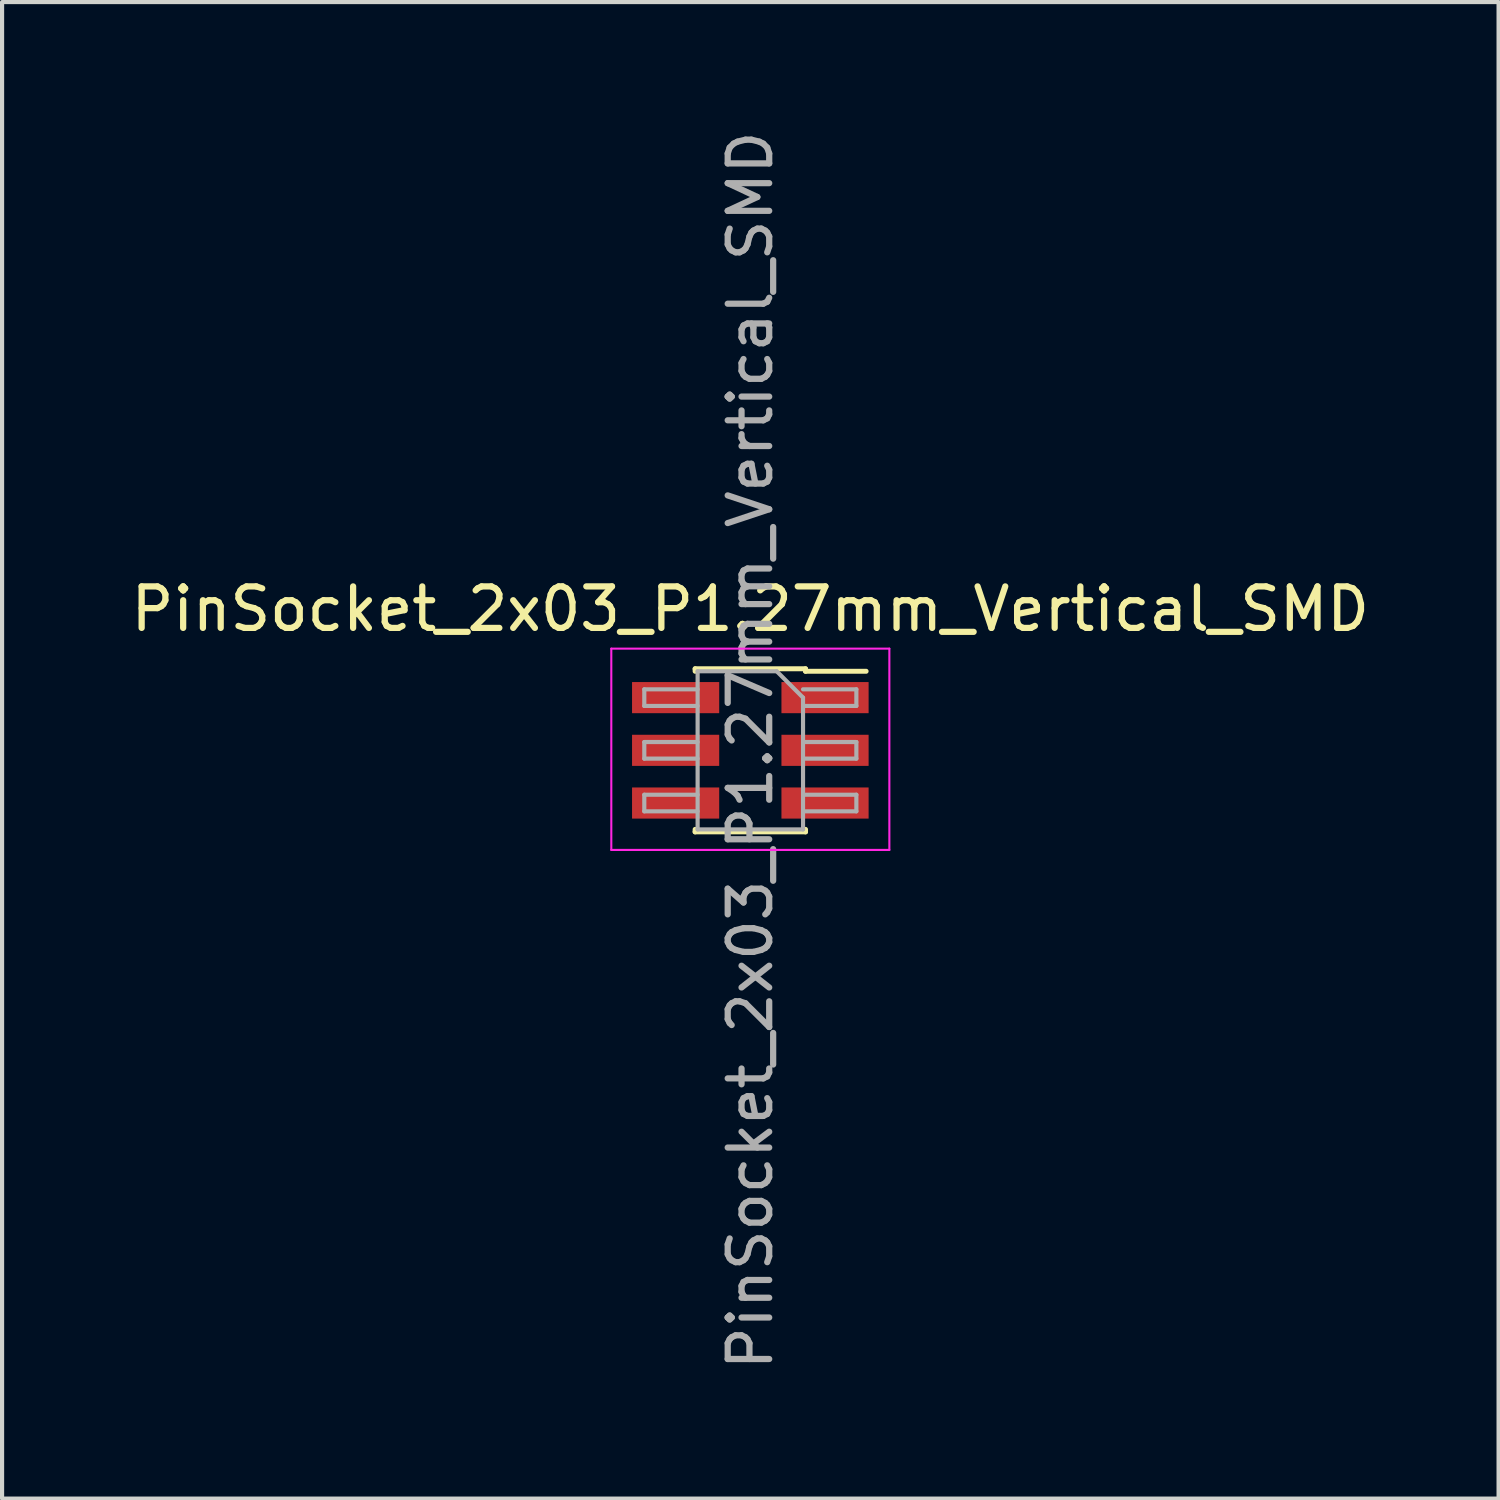
<source format=kicad_pcb>
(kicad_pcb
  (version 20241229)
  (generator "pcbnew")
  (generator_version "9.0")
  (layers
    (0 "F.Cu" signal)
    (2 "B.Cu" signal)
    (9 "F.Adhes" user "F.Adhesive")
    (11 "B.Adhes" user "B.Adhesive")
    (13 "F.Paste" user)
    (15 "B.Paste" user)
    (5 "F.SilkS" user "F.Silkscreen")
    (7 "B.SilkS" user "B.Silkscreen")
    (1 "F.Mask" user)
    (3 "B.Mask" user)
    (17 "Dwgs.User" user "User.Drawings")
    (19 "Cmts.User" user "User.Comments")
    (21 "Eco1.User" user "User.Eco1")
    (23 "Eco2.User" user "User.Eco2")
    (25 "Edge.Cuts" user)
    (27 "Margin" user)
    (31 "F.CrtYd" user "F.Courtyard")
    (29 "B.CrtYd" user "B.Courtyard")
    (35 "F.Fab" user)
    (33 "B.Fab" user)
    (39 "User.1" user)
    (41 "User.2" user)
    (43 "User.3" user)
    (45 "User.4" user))
  (footprint "PinSocket_2x03_P1.27mm_Vertical_SMD"
    (layer "F.Cu")
    (at 15.03 15.03)
    (property "Reference" "PinSocket_2x03_P1.27mm_Vertical_SMD" (at 0 -3.405 0) (layer "F.SilkS") (effects (font (size 1 1) (thickness 0.15))))
    (attr smd)
    (fp_line (start -1.33 -1.965) (end -1.33 -1.905) (stroke (width 0.12) (type solid)) (layer "F.SilkS"))
    (fp_line (start -1.33 -1.965) (end 1.33 -1.965) (stroke (width 0.12) (type solid)) (layer "F.SilkS"))
    (fp_line (start -1.33 1.905) (end -1.33 1.965) (stroke (width 0.12) (type solid)) (layer "F.SilkS"))
    (fp_line (start -1.33 1.965) (end 1.33 1.965) (stroke (width 0.12) (type solid)) (layer "F.SilkS"))
    (fp_line (start 1.33 -1.965) (end 1.33 -1.905) (stroke (width 0.12) (type solid)) (layer "F.SilkS"))
    (fp_line (start 1.33 -1.905) (end 2.79 -1.905) (stroke (width 0.12) (type solid)) (layer "F.SilkS"))
    (fp_line (start 1.33 1.905) (end 1.33 1.965) (stroke (width 0.12) (type solid)) (layer "F.SilkS"))
    (fp_line (start -3.35 -2.45) (end 3.35 -2.45) (stroke (width 0.05) (type solid)) (layer "F.CrtYd"))
    (fp_line (start -3.35 2.4) (end -3.35 -2.45) (stroke (width 0.05) (type solid)) (layer "F.CrtYd"))
    (fp_line (start 3.35 -2.45) (end 3.35 2.4) (stroke (width 0.05) (type solid)) (layer "F.CrtYd"))
    (fp_line (start 3.35 2.4) (end -3.35 2.4) (stroke (width 0.05) (type solid)) (layer "F.CrtYd"))
    (fp_line (start -2.555 -1.47) (end -1.27 -1.47) (stroke (width 0.1) (type solid)) (layer "F.Fab"))
    (fp_line (start -2.555 -1.07) (end -2.555 -1.47) (stroke (width 0.1) (type solid)) (layer "F.Fab"))
    (fp_line (start -2.555 -0.2) (end -1.27 -0.2) (stroke (width 0.1) (type solid)) (layer "F.Fab"))
    (fp_line (start -2.555 0.2) (end -2.555 -0.2) (stroke (width 0.1) (type solid)) (layer "F.Fab"))
    (fp_line (start -2.555 1.07) (end -1.27 1.07) (stroke (width 0.1) (type solid)) (layer "F.Fab"))
    (fp_line (start -2.555 1.47) (end -2.555 1.07) (stroke (width 0.1) (type solid)) (layer "F.Fab"))
    (fp_line (start -1.27 -1.905) (end 0.635 -1.905) (stroke (width 0.1) (type solid)) (layer "F.Fab"))
    (fp_line (start -1.27 -1.07) (end -2.555 -1.07) (stroke (width 0.1) (type solid)) (layer "F.Fab"))
    (fp_line (start -1.27 0.2) (end -2.555 0.2) (stroke (width 0.1) (type solid)) (layer "F.Fab"))
    (fp_line (start -1.27 1.47) (end -2.555 1.47) (stroke (width 0.1) (type solid)) (layer "F.Fab"))
    (fp_line (start -1.27 1.905) (end -1.27 -1.905) (stroke (width 0.1) (type solid)) (layer "F.Fab"))
    (fp_line (start 0.635 -1.905) (end 1.27 -1.27) (stroke (width 0.1) (type solid)) (layer "F.Fab"))
    (fp_line (start 1.27 -1.47) (end 2.555 -1.47) (stroke (width 0.1) (type solid)) (layer "F.Fab"))
    (fp_line (start 1.27 -1.27) (end 1.27 1.905) (stroke (width 0.1) (type solid)) (layer "F.Fab"))
    (fp_line (start 1.27 -0.2) (end 2.555 -0.2) (stroke (width 0.1) (type solid)) (layer "F.Fab"))
    (fp_line (start 1.27 1.07) (end 2.555 1.07) (stroke (width 0.1) (type solid)) (layer "F.Fab"))
    (fp_line (start 1.27 1.905) (end -1.27 1.905) (stroke (width 0.1) (type solid)) (layer "F.Fab"))
    (fp_line (start 2.555 -1.47) (end 2.555 -1.07) (stroke (width 0.1) (type solid)) (layer "F.Fab"))
    (fp_line (start 2.555 -1.07) (end 1.27 -1.07) (stroke (width 0.1) (type solid)) (layer "F.Fab"))
    (fp_line (start 2.555 -0.2) (end 2.555 0.2) (stroke (width 0.1) (type solid)) (layer "F.Fab"))
    (fp_line (start 2.555 0.2) (end 1.27 0.2) (stroke (width 0.1) (type solid)) (layer "F.Fab"))
    (fp_line (start 2.555 1.07) (end 2.555 1.47) (stroke (width 0.1) (type solid)) (layer "F.Fab"))
    (fp_line (start 2.555 1.47) (end 1.27 1.47) (stroke (width 0.1) (type solid)) (layer "F.Fab"))
    (fp_text user "${REFERENCE}" (at 0 0 90) (layer "F.Fab") (effects (font (size 1 1) (thickness 0.15))))
    (pad "1" smd rect (at 1.8 -1.27) (size 2.1 0.75) (layers "F.Cu" "F.Mask" "F.Paste"))
    (pad "2" smd rect (at -1.8 -1.27) (size 2.1 0.75) (layers "F.Cu" "F.Mask" "F.Paste"))
    (pad "3" smd rect (at 1.8 0) (size 2.1 0.75) (layers "F.Cu" "F.Mask" "F.Paste"))
    (pad "4" smd rect (at -1.8 0) (size 2.1 0.75) (layers "F.Cu" "F.Mask" "F.Paste"))
    (pad "5" smd rect (at 1.8 1.27) (size 2.1 0.75) (layers "F.Cu" "F.Mask" "F.Paste"))
    (pad "6" smd rect (at -1.8 1.27) (size 2.1 0.75) (layers "F.Cu" "F.Mask" "F.Paste")))
  (gr_rect
    (start -3 -3)
    (end 33.06 33.06)
    (stroke (width 0.1) (type default))
    (fill no)
    (layer "Edge.Cuts")))
</source>
